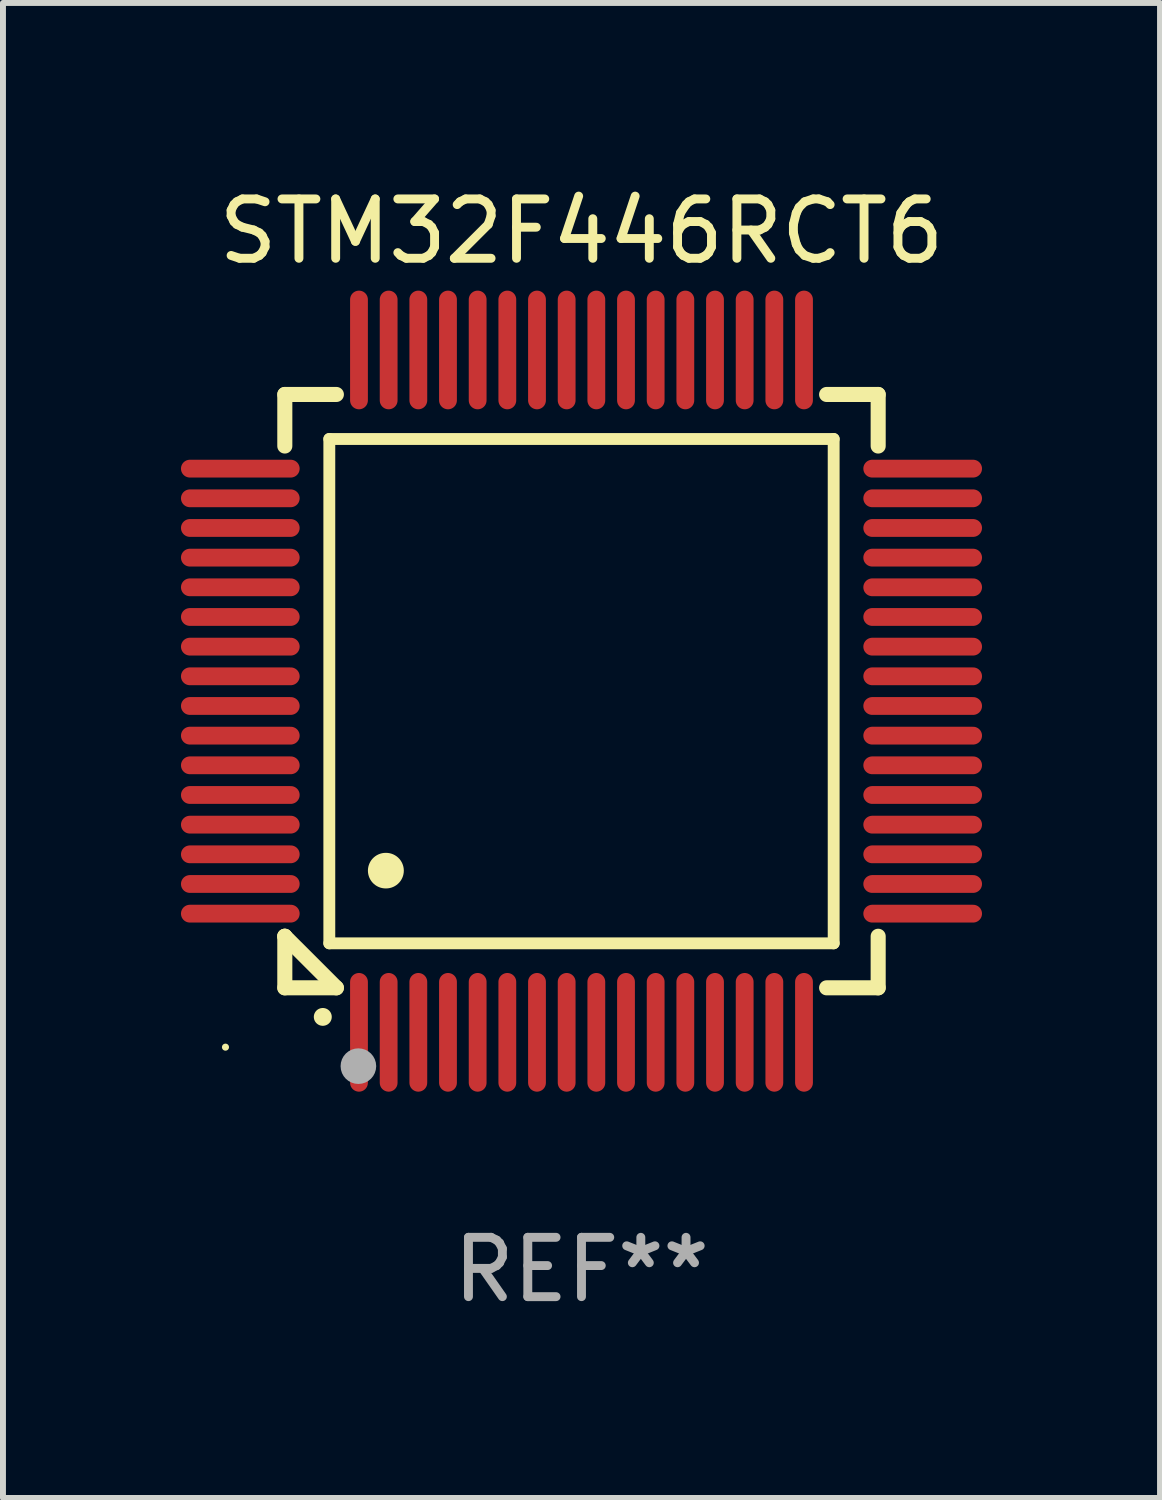
<source format=kicad_pcb>
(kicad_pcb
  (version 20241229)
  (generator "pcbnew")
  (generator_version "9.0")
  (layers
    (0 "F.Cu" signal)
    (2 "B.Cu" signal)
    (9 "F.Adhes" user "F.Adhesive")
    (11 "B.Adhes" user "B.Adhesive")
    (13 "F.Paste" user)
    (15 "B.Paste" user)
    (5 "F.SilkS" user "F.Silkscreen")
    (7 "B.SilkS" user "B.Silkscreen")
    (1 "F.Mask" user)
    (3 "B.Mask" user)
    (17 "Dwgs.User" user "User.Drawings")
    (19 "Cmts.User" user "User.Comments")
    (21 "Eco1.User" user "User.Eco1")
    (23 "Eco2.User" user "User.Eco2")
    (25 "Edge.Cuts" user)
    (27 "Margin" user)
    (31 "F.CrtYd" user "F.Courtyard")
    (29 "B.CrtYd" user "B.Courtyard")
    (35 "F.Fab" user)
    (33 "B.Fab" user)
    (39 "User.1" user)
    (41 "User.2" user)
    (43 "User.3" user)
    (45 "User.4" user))
  (footprint "STM32F446RCT6"
    (layer "F.Cu")
    (at 6.75 8.598)
    (property "Reference" "STM32F446RCT6" (at 0 -7.75 0) (layer "F.SilkS") (effects (font (size 1 1) (thickness 0.15))))
    (attr through_hole)
    (fp_line (start -5 -5) (end -4.131 -5) (stroke (width 0.254) (type solid)) (layer "F.SilkS"))
    (fp_line (start -5 -4.131) (end -5 -5) (stroke (width 0.254) (type solid)) (layer "F.SilkS"))
    (fp_line (start -5 4.131) (end -5 4.131) (stroke (width 0.254) (type solid)) (layer "F.SilkS"))
    (fp_line (start -5 5) (end -5 4.131) (stroke (width 0.254) (type solid)) (layer "F.SilkS"))
    (fp_line (start -5 4.131) (end -4.131 5) (stroke (width 0.254) (type solid)) (layer "F.SilkS"))
    (fp_line (start -4.25 -4.25) (end -4.25 4.25) (stroke (width 0.2) (type solid)) (layer "F.SilkS"))
    (fp_line (start -4.25 4.25) (end 4.25 4.25) (stroke (width 0.2) (type solid)) (layer "F.SilkS"))
    (fp_line (start -4.131 5) (end -5 5) (stroke (width 0.254) (type solid)) (layer "F.SilkS"))
    (fp_line (start 4.25 -4.25) (end -4.25 -4.25) (stroke (width 0.2) (type solid)) (layer "F.SilkS"))
    (fp_line (start 4.25 4.25) (end 4.25 -4.25) (stroke (width 0.2) (type solid)) (layer "F.SilkS"))
    (fp_line (start 5 -5) (end 4.131 -5) (stroke (width 0.254) (type solid)) (layer "F.SilkS"))
    (fp_line (start 5 -5) (end 5 -4.131) (stroke (width 0.254) (type solid)) (layer "F.SilkS"))
    (fp_line (start 5 4.131) (end 5 5) (stroke (width 0.254) (type solid)) (layer "F.SilkS"))
    (fp_line (start 5 5) (end 4.131 5) (stroke (width 0.254) (type solid)) (layer "F.SilkS"))
    (fp_arc (start -4.361265 5.489992) (mid -4.359995 5.489987) (end -4.358725 5.489992) (stroke (width 0.3) (type solid)) (layer "F.SilkS"))
    (fp_arc (start -3.299467 3.025146) (mid -3.296927 3.025135) (end -3.294387 3.025146) (stroke (width 0.6) (type solid)) (layer "F.SilkS"))
    (fp_circle (center -6 6) (end -5.97 6) (stroke (width 0.06) (type solid)) (fill no) (layer "F.SilkS"))
    (fp_circle (center -3.76 6.32) (end -3.61 6.32) (stroke (width 0.3) (type solid)) (fill no) (layer "F.Fab"))
    (fp_text user "REF**" (at 0 9.75 0) (layer "F.Fab") (effects (font (size 1 1) (thickness 0.15))))
    (pad "1" smd oval (at -3.75 5.75) (size 0.3 2) (layers "F.Cu" "F.Mask" "F.Paste"))
    (pad "2" smd oval (at -3.25 5.75) (size 0.3 2) (layers "F.Cu" "F.Mask" "F.Paste"))
    (pad "3" smd oval (at -2.75 5.75) (size 0.3 2) (layers "F.Cu" "F.Mask" "F.Paste"))
    (pad "4" smd oval (at -2.25 5.75) (size 0.3 2) (layers "F.Cu" "F.Mask" "F.Paste"))
    (pad "5" smd oval (at -1.75 5.75) (size 0.3 2) (layers "F.Cu" "F.Mask" "F.Paste"))
    (pad "6" smd oval (at -1.25 5.75) (size 0.3 2) (layers "F.Cu" "F.Mask" "F.Paste"))
    (pad "7" smd oval (at -0.75 5.75) (size 0.3 2) (layers "F.Cu" "F.Mask" "F.Paste"))
    (pad "8" smd oval (at -0.25 5.75) (size 0.3 2) (layers "F.Cu" "F.Mask" "F.Paste"))
    (pad "9" smd oval (at 0.25 5.75) (size 0.3 2) (layers "F.Cu" "F.Mask" "F.Paste"))
    (pad "10" smd oval (at 0.75 5.75) (size 0.3 2) (layers "F.Cu" "F.Mask" "F.Paste"))
    (pad "11" smd oval (at 1.25 5.75) (size 0.3 2) (layers "F.Cu" "F.Mask" "F.Paste"))
    (pad "12" smd oval (at 1.75 5.75) (size 0.3 2) (layers "F.Cu" "F.Mask" "F.Paste"))
    (pad "13" smd oval (at 2.25 5.75) (size 0.3 2) (layers "F.Cu" "F.Mask" "F.Paste"))
    (pad "14" smd oval (at 2.75 5.75) (size 0.3 2) (layers "F.Cu" "F.Mask" "F.Paste"))
    (pad "15" smd oval (at 3.25 5.75) (size 0.3 2) (layers "F.Cu" "F.Mask" "F.Paste"))
    (pad "16" smd oval (at 3.75 5.75) (size 0.3 2) (layers "F.Cu" "F.Mask" "F.Paste"))
    (pad "17" smd oval (at 5.75 3.75) (size 2 0.3) (layers "F.Cu" "F.Mask" "F.Paste"))
    (pad "18" smd oval (at 5.75 3.25) (size 2 0.3) (layers "F.Cu" "F.Mask" "F.Paste"))
    (pad "19" smd oval (at 5.75 2.75) (size 2 0.3) (layers "F.Cu" "F.Mask" "F.Paste"))
    (pad "20" smd oval (at 5.75 2.25) (size 2 0.3) (layers "F.Cu" "F.Mask" "F.Paste"))
    (pad "21" smd oval (at 5.75 1.75) (size 2 0.3) (layers "F.Cu" "F.Mask" "F.Paste"))
    (pad "22" smd oval (at 5.75 1.25) (size 2 0.3) (layers "F.Cu" "F.Mask" "F.Paste"))
    (pad "23" smd oval (at 5.75 0.75) (size 2 0.3) (layers "F.Cu" "F.Mask" "F.Paste"))
    (pad "24" smd oval (at 5.75 0.25) (size 2 0.3) (layers "F.Cu" "F.Mask" "F.Paste"))
    (pad "25" smd oval (at 5.75 -0.25) (size 2 0.3) (layers "F.Cu" "F.Mask" "F.Paste"))
    (pad "26" smd oval (at 5.75 -0.75) (size 2 0.3) (layers "F.Cu" "F.Mask" "F.Paste"))
    (pad "27" smd oval (at 5.75 -1.25) (size 2 0.3) (layers "F.Cu" "F.Mask" "F.Paste"))
    (pad "28" smd oval (at 5.75 -1.75) (size 2 0.3) (layers "F.Cu" "F.Mask" "F.Paste"))
    (pad "29" smd oval (at 5.75 -2.25) (size 2 0.3) (layers "F.Cu" "F.Mask" "F.Paste"))
    (pad "30" smd oval (at 5.75 -2.75) (size 2 0.3) (layers "F.Cu" "F.Mask" "F.Paste"))
    (pad "31" smd oval (at 5.75 -3.25) (size 2 0.3) (layers "F.Cu" "F.Mask" "F.Paste"))
    (pad "32" smd oval (at 5.75 -3.75) (size 2 0.3) (layers "F.Cu" "F.Mask" "F.Paste"))
    (pad "33" smd oval (at 3.75 -5.75) (size 0.3 2) (layers "F.Cu" "F.Mask" "F.Paste"))
    (pad "34" smd oval (at 3.25 -5.75) (size 0.3 2) (layers "F.Cu" "F.Mask" "F.Paste"))
    (pad "35" smd oval (at 2.75 -5.75) (size 0.3 2) (layers "F.Cu" "F.Mask" "F.Paste"))
    (pad "36" smd oval (at 2.25 -5.75) (size 0.3 2) (layers "F.Cu" "F.Mask" "F.Paste"))
    (pad "37" smd oval (at 1.75 -5.75) (size 0.3 2) (layers "F.Cu" "F.Mask" "F.Paste"))
    (pad "38" smd oval (at 1.25 -5.75) (size 0.3 2) (layers "F.Cu" "F.Mask" "F.Paste"))
    (pad "39" smd oval (at 0.75 -5.75) (size 0.3 2) (layers "F.Cu" "F.Mask" "F.Paste"))
    (pad "40" smd oval (at 0.25 -5.75) (size 0.3 2) (layers "F.Cu" "F.Mask" "F.Paste"))
    (pad "41" smd oval (at -0.25 -5.75) (size 0.3 2) (layers "F.Cu" "F.Mask" "F.Paste"))
    (pad "42" smd oval (at -0.75 -5.75) (size 0.3 2) (layers "F.Cu" "F.Mask" "F.Paste"))
    (pad "43" smd oval (at -1.25 -5.75) (size 0.3 2) (layers "F.Cu" "F.Mask" "F.Paste"))
    (pad "44" smd oval (at -1.75 -5.75) (size 0.3 2) (layers "F.Cu" "F.Mask" "F.Paste"))
    (pad "45" smd oval (at -2.25 -5.75) (size 0.3 2) (layers "F.Cu" "F.Mask" "F.Paste"))
    (pad "46" smd oval (at -2.75 -5.75) (size 0.3 2) (layers "F.Cu" "F.Mask" "F.Paste"))
    (pad "47" smd oval (at -3.25 -5.75) (size 0.3 2) (layers "F.Cu" "F.Mask" "F.Paste"))
    (pad "48" smd oval (at -3.75 -5.75) (size 0.3 2) (layers "F.Cu" "F.Mask" "F.Paste"))
    (pad "49" smd oval (at -5.75 -3.75) (size 2 0.3) (layers "F.Cu" "F.Mask" "F.Paste"))
    (pad "50" smd oval (at -5.75 -3.25) (size 2 0.3) (layers "F.Cu" "F.Mask" "F.Paste"))
    (pad "51" smd oval (at -5.75 -2.75) (size 2 0.3) (layers "F.Cu" "F.Mask" "F.Paste"))
    (pad "52" smd oval (at -5.75 -2.25) (size 2 0.3) (layers "F.Cu" "F.Mask" "F.Paste"))
    (pad "53" smd oval (at -5.75 -1.75) (size 2 0.3) (layers "F.Cu" "F.Mask" "F.Paste"))
    (pad "54" smd oval (at -5.75 -1.25) (size 2 0.3) (layers "F.Cu" "F.Mask" "F.Paste"))
    (pad "55" smd oval (at -5.75 -0.75) (size 2 0.3) (layers "F.Cu" "F.Mask" "F.Paste"))
    (pad "56" smd oval (at -5.75 -0.25) (size 2 0.3) (layers "F.Cu" "F.Mask" "F.Paste"))
    (pad "57" smd oval (at -5.75 0.25) (size 2 0.3) (layers "F.Cu" "F.Mask" "F.Paste"))
    (pad "58" smd oval (at -5.75 0.75) (size 2 0.3) (layers "F.Cu" "F.Mask" "F.Paste"))
    (pad "59" smd oval (at -5.75 1.25) (size 2 0.3) (layers "F.Cu" "F.Mask" "F.Paste"))
    (pad "60" smd oval (at -5.75 1.75) (size 2 0.3) (layers "F.Cu" "F.Mask" "F.Paste"))
    (pad "61" smd oval (at -5.75 2.25) (size 2 0.3) (layers "F.Cu" "F.Mask" "F.Paste"))
    (pad "62" smd oval (at -5.75 2.75) (size 2 0.3) (layers "F.Cu" "F.Mask" "F.Paste"))
    (pad "63" smd oval (at -5.75 3.25) (size 2 0.3) (layers "F.Cu" "F.Mask" "F.Paste"))
    (pad "64" smd oval (at -5.75 3.75) (size 2 0.3) (layers "F.Cu" "F.Mask" "F.Paste")))
  (gr_rect
    (start -3 -3)
    (end 16.5 22.196)
    (stroke (width 0.1) (type default))
    (fill no)
    (layer "Edge.Cuts")))
</source>
